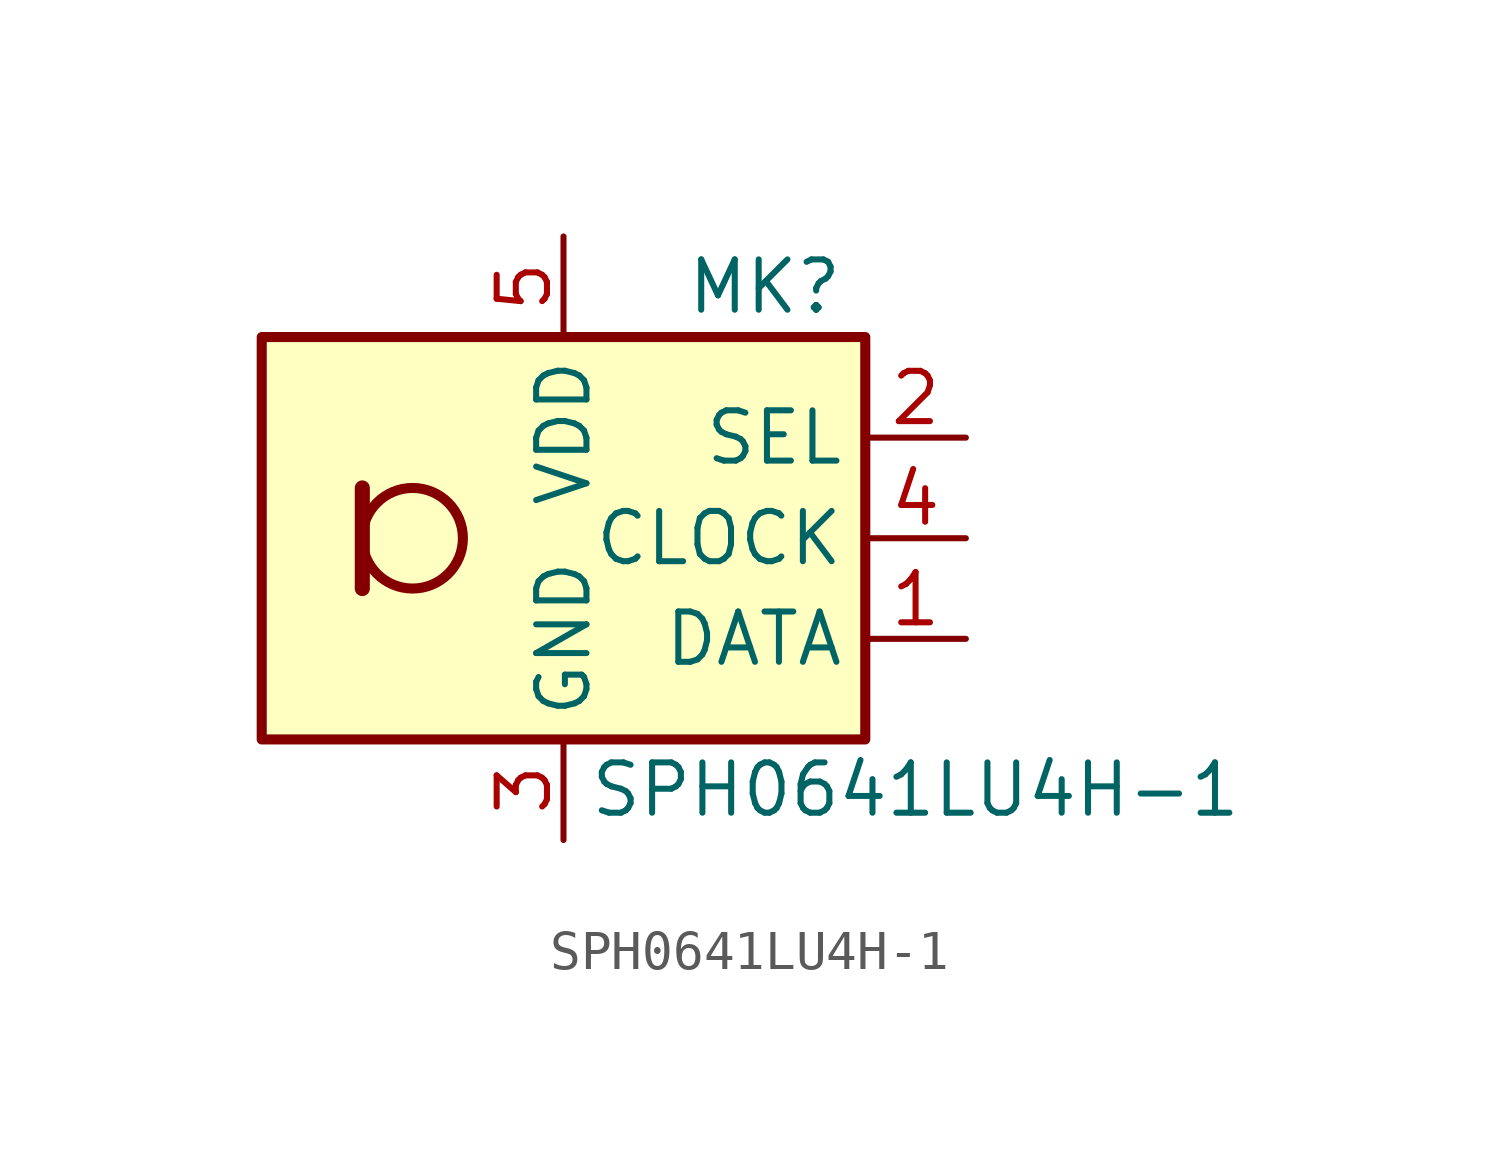
<source format=kicad_sym>
(kicad_symbol_lib
  (version 20201005)
  (generator kicad_symbol_editor)
  (symbol "SPH0641LU4H-1"
    (property "Reference" "MK"
      (at 5.08 6.35 0)
      (effects (font (size 1.27 1.27))))
    (property "Value" "SPH0641LU4H-1"
      (at 8.89 -6.35 0)
      (effects (font (size 1.27 1.27))))
    (symbol "SPH0641LU4H-1_1_1"
      (circle (center -3.81 0) (radius 1.27) (stroke (width 0.254)) (fill (type none)))
      (rectangle (start -7.62 5.08) (end 7.62 -5.08) (stroke (width 0.254)) (fill (type background)))
      (polyline (pts (xy -5.08 1.27) (xy -5.08 -1.27)) (stroke (width 0.381)) (fill (type none)))
      (pin output line (at 10.16 -2.54 180) (length 2.54) (name "DATA" (effects (font (size 1.27 1.27)))) (number "1" (effects (font (size 1.27 1.27)))))
      (pin input line (at 10.16 2.54 180) (length 2.54) (name "SEL" (effects (font (size 1.27 1.27)))) (number "2" (effects (font (size 1.27 1.27)))))
      (pin power_in line (at 0 -7.62 90) (length 2.54) (name "GND" (effects (font (size 1.27 1.27)))) (number "3" (effects (font (size 1.27 1.27)))))
      (pin input line (at 10.16 0 180) (length 2.54) (name "CLOCK" (effects (font (size 1.27 1.27)))) (number "4" (effects (font (size 1.27 1.27)))))
      (pin power_in line (at 0 7.62 270) (length 2.54) (name "VDD" (effects (font (size 1.27 1.27)))) (number "5" (effects (font (size 1.27 1.27))))))))
</source>
